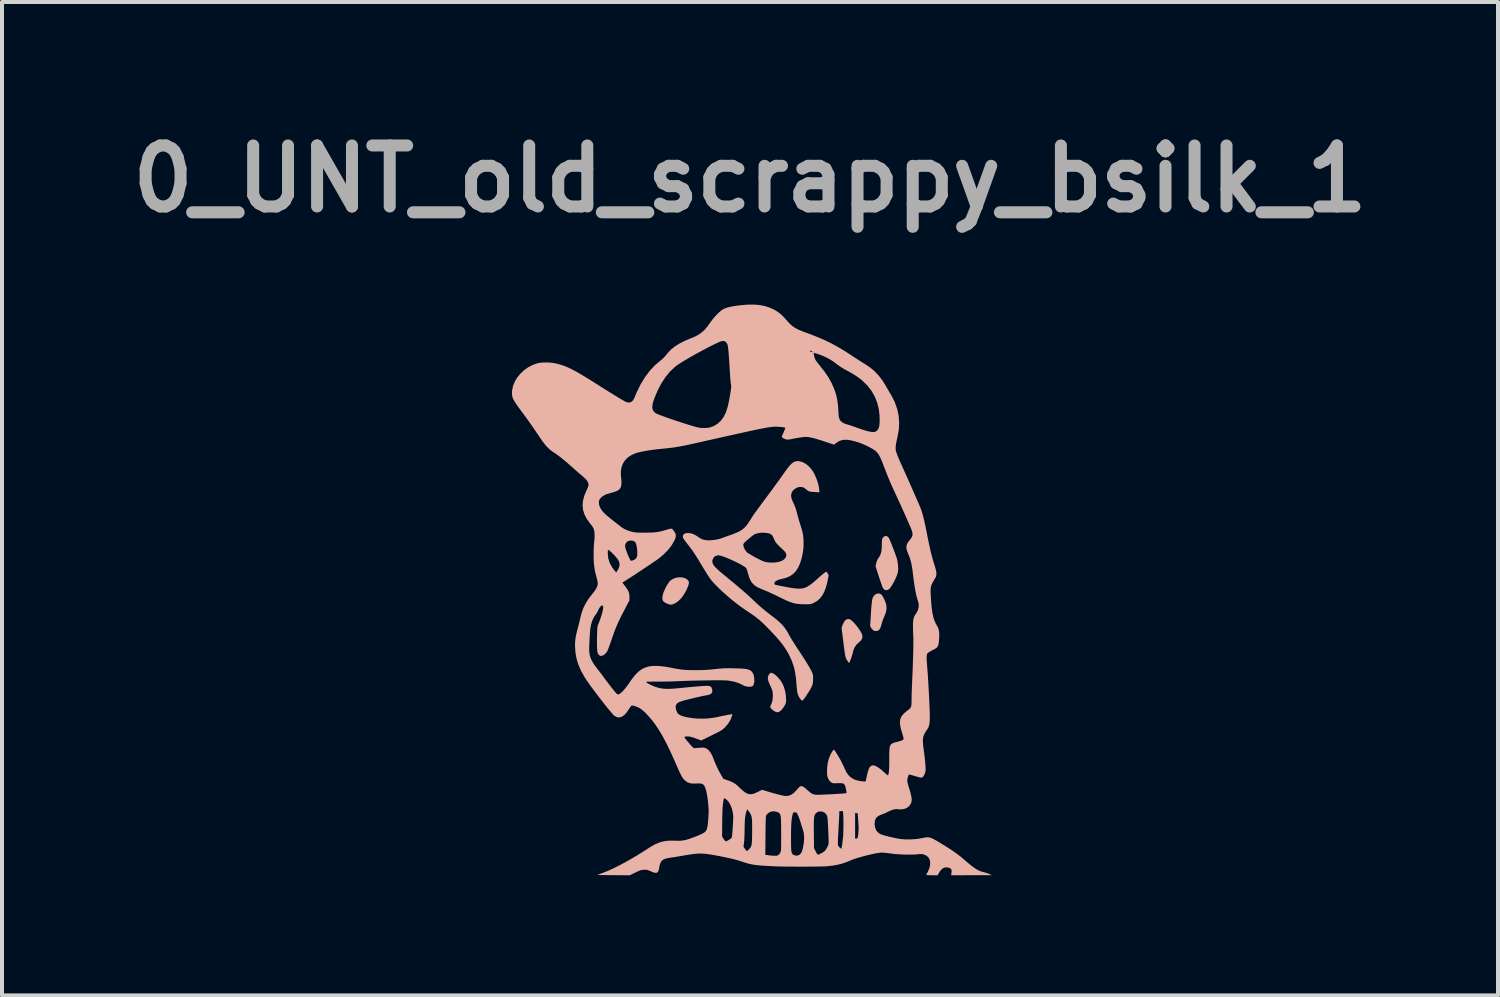
<source format=kicad_pcb>
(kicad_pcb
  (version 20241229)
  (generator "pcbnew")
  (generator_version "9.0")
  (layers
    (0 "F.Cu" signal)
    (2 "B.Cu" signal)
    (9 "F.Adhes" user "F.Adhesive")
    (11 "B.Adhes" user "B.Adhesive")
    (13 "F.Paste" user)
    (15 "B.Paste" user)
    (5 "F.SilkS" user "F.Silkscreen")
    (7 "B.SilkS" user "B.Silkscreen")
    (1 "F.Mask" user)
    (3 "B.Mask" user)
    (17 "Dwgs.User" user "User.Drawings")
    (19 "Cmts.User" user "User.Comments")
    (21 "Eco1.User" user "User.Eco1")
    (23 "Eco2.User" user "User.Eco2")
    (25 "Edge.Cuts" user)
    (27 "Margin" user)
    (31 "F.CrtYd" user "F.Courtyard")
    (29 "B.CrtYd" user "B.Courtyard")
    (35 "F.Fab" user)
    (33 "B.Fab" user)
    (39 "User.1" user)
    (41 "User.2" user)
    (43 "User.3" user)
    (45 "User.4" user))
  (footprint "0_UNT_old_scrappy_bsilk_1"
    (layer "F.Cu")
    (at 15.733 11.678)
    (property "Reference" "0_UNT_old_scrappy_bsilk_1" (at -0.05 -10.26 0) (layer "F.Fab") (effects (font (size 1.524 1.524) (thickness 0.3))))
    (attr board_only exclude_from_pos_files exclude_from_bom)
    (fp_poly (pts (xy -1.886 -0.301) (xy -1.958 -0.277) (xy -2.023 -0.24) (xy -2.056 -0.211) (xy -2.078 -0.183) (xy -2.105 -0.141) (xy -2.136 -0.09) (xy -2.163 -0.039) (xy -2.206 0.055) (xy -2.231 0.135) (xy -2.24 0.204) (xy -2.234 0.259) (xy -2.217 0.288) (xy -2.182 0.317) (xy -2.137 0.343) (xy -2.087 0.362) (xy -2.038 0.373) (xy -1.997 0.372) (xy -1.995 0.371) (xy -1.917 0.339) (xy -1.842 0.286) (xy -1.769 0.214) (xy -1.703 0.126) (xy -1.645 0.023) (xy -1.623 -0.024) (xy -1.596 -0.09) (xy -1.58 -0.141) (xy -1.576 -0.179) (xy -1.583 -0.209) (xy -1.601 -0.236) (xy -1.615 -0.25) (xy -1.669 -0.285) (xy -1.736 -0.305) (xy -1.81 -0.31)) (stroke (width 0) (type solid)) (fill yes) (layer "B.SilkS"))
    (fp_poly (pts (xy 3.127 0.098) (xy 3.081 0.119) (xy 3.041 0.156) (xy 3.012 0.209) (xy 3.011 0.212) (xy 3.003 0.242) (xy 2.996 0.291) (xy 2.988 0.358) (xy 2.98 0.445) (xy 2.972 0.553) (xy 2.964 0.684) (xy 2.963 0.707) (xy 2.96 0.762) (xy 2.956 0.812) (xy 2.952 0.851) (xy 2.951 0.862) (xy 2.951 0.902) (xy 2.963 0.938) (xy 2.991 0.977) (xy 3.008 0.995) (xy 3.036 1.02) (xy 3.065 1.03) (xy 3.094 1.032) (xy 3.134 1.028) (xy 3.163 1.013) (xy 3.177 1) (xy 3.196 0.974) (xy 3.213 0.936) (xy 3.23 0.88) (xy 3.234 0.865) (xy 3.251 0.805) (xy 3.273 0.741) (xy 3.297 0.685) (xy 3.3 0.678) (xy 3.341 0.577) (xy 3.359 0.482) (xy 3.355 0.393) (xy 3.353 0.381) (xy 3.339 0.331) (xy 3.318 0.276) (xy 3.293 0.22) (xy 3.266 0.171) (xy 3.24 0.133) (xy 3.22 0.113) (xy 3.175 0.095)) (stroke (width 0) (type solid)) (fill yes) (layer "B.SilkS"))
    (fp_poly (pts (xy 0.455 2.085) (xy 0.428 2.113) (xy 0.422 2.123) (xy 0.403 2.155) (xy 0.396 2.183) (xy 0.396 2.22) (xy 0.398 2.231) (xy 0.408 2.281) (xy 0.429 2.339) (xy 0.444 2.373) (xy 0.479 2.446) (xy 0.502 2.507) (xy 0.515 2.563) (xy 0.52 2.619) (xy 0.519 2.678) (xy 0.512 2.752) (xy 0.497 2.816) (xy 0.482 2.856) (xy 0.451 2.934) (xy 0.476 2.966) (xy 0.513 3.004) (xy 0.558 3.036) (xy 0.603 3.056) (xy 0.634 3.062) (xy 0.665 3.057) (xy 0.696 3.038) (xy 0.724 3.016) (xy 0.756 2.98) (xy 0.79 2.934) (xy 0.813 2.897) (xy 0.831 2.861) (xy 0.843 2.833) (xy 0.849 2.804) (xy 0.851 2.767) (xy 0.85 2.714) (xy 0.85 2.714) (xy 0.842 2.616) (xy 0.822 2.516) (xy 0.793 2.42) (xy 0.757 2.34) (xy 0.719 2.279) (xy 0.674 2.221) (xy 0.625 2.168) (xy 0.576 2.124) (xy 0.53 2.093) (xy 0.491 2.077) (xy 0.48 2.076)) (stroke (width 0) (type solid)) (fill yes) (layer "B.SilkS"))
    (fp_poly (pts (xy 2.342 0.754) (xy 2.304 0.795) (xy 2.272 0.858) (xy 2.261 0.888) (xy 2.237 0.954) (xy 2.267 1.199) (xy 2.282 1.318) (xy 2.294 1.417) (xy 2.305 1.497) (xy 2.314 1.562) (xy 2.322 1.613) (xy 2.329 1.652) (xy 2.337 1.683) (xy 2.344 1.707) (xy 2.353 1.726) (xy 2.362 1.744) (xy 2.374 1.763) (xy 2.376 1.766) (xy 2.398 1.799) (xy 2.415 1.823) (xy 2.424 1.832) (xy 2.425 1.832) (xy 2.431 1.822) (xy 2.443 1.795) (xy 2.459 1.756) (xy 2.468 1.731) (xy 2.485 1.682) (xy 2.5 1.637) (xy 2.51 1.604) (xy 2.512 1.595) (xy 2.534 1.507) (xy 2.564 1.437) (xy 2.604 1.379) (xy 2.659 1.326) (xy 2.672 1.315) (xy 2.723 1.267) (xy 2.751 1.219) (xy 2.758 1.168) (xy 2.751 1.126) (xy 2.732 1.082) (xy 2.702 1.029) (xy 2.663 0.971) (xy 2.619 0.912) (xy 2.572 0.856) (xy 2.526 0.806) (xy 2.483 0.767) (xy 2.448 0.742) (xy 2.433 0.736) (xy 2.385 0.734)) (stroke (width 0) (type solid)) (fill yes) (layer "B.SilkS"))
    (fp_poly (pts (xy 3.306 -1.333) (xy 3.271 -1.303) (xy 3.264 -1.293) (xy 3.255 -1.275) (xy 3.249 -1.248) (xy 3.245 -1.21) (xy 3.243 -1.154) (xy 3.242 -1.116) (xy 3.238 -1.026) (xy 3.23 -0.954) (xy 3.215 -0.895) (xy 3.193 -0.845) (xy 3.162 -0.797) (xy 3.159 -0.793) (xy 3.126 -0.737) (xy 3.104 -0.668) (xy 3.103 -0.662) (xy 3.086 -0.582) (xy 3.161 -0.349) (xy 3.185 -0.276) (xy 3.208 -0.207) (xy 3.229 -0.147) (xy 3.246 -0.099) (xy 3.257 -0.068) (xy 3.259 -0.065) (xy 3.287 -0.017) (xy 3.323 0.009) (xy 3.366 0.012) (xy 3.387 0.007) (xy 3.419 -0.01) (xy 3.451 -0.043) (xy 3.47 -0.07) (xy 3.508 -0.13) (xy 3.546 -0.198) (xy 3.581 -0.269) (xy 3.611 -0.337) (xy 3.633 -0.395) (xy 3.643 -0.435) (xy 3.651 -0.511) (xy 3.648 -0.599) (xy 3.637 -0.69) (xy 3.619 -0.772) (xy 3.606 -0.812) (xy 3.587 -0.866) (xy 3.564 -0.93) (xy 3.539 -0.998) (xy 3.511 -1.069) (xy 3.485 -1.136) (xy 3.46 -1.197) (xy 3.439 -1.246) (xy 3.423 -1.281) (xy 3.416 -1.294) (xy 3.383 -1.329) (xy 3.345 -1.342)) (stroke (width 0) (type solid)) (fill yes) (layer "B.SilkS"))
    (fp_poly (pts (xy 1.078 -3.202) (xy 1.035 -3.183) (xy 0.991 -3.15) (xy 0.944 -3.103) (xy 0.892 -3.039) (xy 0.832 -2.958) (xy 0.8 -2.913) (xy 0.77 -2.869) (xy 0.727 -2.809) (xy 0.676 -2.737) (xy 0.616 -2.656) (xy 0.552 -2.567) (xy 0.485 -2.476) (xy 0.416 -2.383) (xy 0.396 -2.356) (xy 0.316 -2.248) (xy 0.248 -2.157) (xy 0.192 -2.081) (xy 0.145 -2.017) (xy 0.107 -1.964) (xy 0.075 -1.921) (xy 0.049 -1.884) (xy 0.027 -1.852) (xy 0.008 -1.824) (xy -0.009 -1.796) (xy -0.027 -1.768) (xy -0.046 -1.737) (xy -0.056 -1.721) (xy -0.104 -1.647) (xy -0.151 -1.586) (xy -0.2 -1.536) (xy -0.256 -1.492) (xy -0.322 -1.453) (xy -0.403 -1.417) (xy -0.5 -1.379) (xy -0.539 -1.365) (xy -0.601 -1.343) (xy -0.661 -1.322) (xy -0.712 -1.303) (xy -0.748 -1.289) (xy -0.751 -1.288) (xy -0.815 -1.268) (xy -0.893 -1.251) (xy -0.976 -1.239) (xy -1.055 -1.233) (xy -1.119 -1.233) (xy -1.188 -1.242) (xy -1.247 -1.26) (xy -1.306 -1.291) (xy -1.361 -1.329) (xy -1.422 -1.367) (xy -1.485 -1.395) (xy -1.547 -1.411) (xy -1.605 -1.416) (xy -1.655 -1.41) (xy -1.694 -1.393) (xy -1.72 -1.365) (xy -1.728 -1.33) (xy -1.727 -1.314) (xy -1.724 -1.298) (xy -1.715 -1.28) (xy -1.7 -1.255) (xy -1.676 -1.222) (xy -1.641 -1.177) (xy -1.595 -1.117) (xy -1.59 -1.112) (xy -1.549 -1.058) (xy -1.511 -1.008) (xy -1.475 -0.957) (xy -1.438 -0.902) (xy -1.398 -0.84) (xy -1.353 -0.768) (xy -1.3 -0.681) (xy -1.249 -0.596) (xy -1.205 -0.523) (xy -1.161 -0.453) (xy -1.121 -0.388) (xy -1.086 -0.334) (xy -1.059 -0.293) (xy -1.049 -0.278) (xy -0.99 -0.205) (xy -0.914 -0.123) (xy -0.825 -0.033) (xy -0.725 0.061) (xy -0.618 0.156) (xy -0.506 0.251) (xy -0.392 0.342) (xy -0.279 0.426) (xy -0.171 0.502) (xy -0.162 0.508) (xy -0.067 0.572) (xy 0.013 0.626) (xy 0.08 0.675) (xy 0.14 0.721) (xy 0.195 0.766) (xy 0.25 0.816) (xy 0.308 0.871) (xy 0.373 0.936) (xy 0.412 0.976) (xy 0.524 1.092) (xy 0.62 1.198) (xy 0.702 1.294) (xy 0.773 1.384) (xy 0.833 1.471) (xy 0.886 1.558) (xy 0.933 1.645) (xy 0.995 1.781) (xy 1.041 1.915) (xy 1.075 2.054) (xy 1.096 2.204) (xy 1.102 2.262) (xy 1.109 2.35) (xy 1.115 2.419) (xy 1.12 2.473) (xy 1.125 2.513) (xy 1.129 2.545) (xy 1.134 2.571) (xy 1.14 2.595) (xy 1.145 2.612) (xy 1.16 2.654) (xy 1.183 2.696) (xy 1.209 2.734) (xy 1.235 2.761) (xy 1.257 2.772) (xy 1.258 2.772) (xy 1.269 2.763) (xy 1.291 2.737) (xy 1.319 2.699) (xy 1.352 2.652) (xy 1.367 2.628) (xy 1.418 2.551) (xy 1.456 2.488) (xy 1.484 2.436) (xy 1.503 2.392) (xy 1.516 2.351) (xy 1.522 2.309) (xy 1.525 2.263) (xy 1.525 2.232) (xy 1.525 2.179) (xy 1.523 2.14) (xy 1.516 2.109) (xy 1.505 2.076) (xy 1.486 2.035) (xy 1.471 2.004) (xy 1.451 1.968) (xy 1.42 1.915) (xy 1.38 1.85) (xy 1.334 1.775) (xy 1.282 1.694) (xy 1.228 1.61) (xy 1.194 1.559) (xy 1.139 1.476) (xy 1.086 1.394) (xy 1.038 1.318) (xy 0.995 1.25) (xy 0.96 1.193) (xy 0.935 1.15) (xy 0.925 1.131) (xy 0.884 1.055) (xy 0.841 0.986) (xy 0.791 0.921) (xy 0.734 0.857) (xy 0.665 0.792) (xy 0.583 0.723) (xy 0.484 0.646) (xy 0.434 0.608) (xy 0.345 0.539) (xy 0.247 0.458) (xy 0.15 0.372) (xy 0.073 0.301) (xy 0.008 0.238) (xy -0.056 0.179) (xy -0.121 0.12) (xy -0.19 0.059) (xy -0.264 -0.005) (xy -0.346 -0.075) (xy -0.439 -0.153) (xy -0.546 -0.241) (xy -0.655 -0.331) (xy -0.741 -0.402) (xy -0.81 -0.46) (xy -0.864 -0.509) (xy -0.906 -0.549) (xy -0.937 -0.583) (xy -0.959 -0.613) (xy -0.975 -0.641) (xy -0.985 -0.669) (xy -0.987 -0.676) (xy -0.993 -0.707) (xy -0.99 -0.734) (xy -0.976 -0.767) (xy -0.972 -0.775) (xy -0.951 -0.811) (xy -0.927 -0.833) (xy -0.896 -0.846) (xy -0.865 -0.855) (xy -0.839 -0.857) (xy -0.807 -0.853) (xy -0.774 -0.845) (xy -0.72 -0.828) (xy -0.654 -0.804) (xy -0.582 -0.774) (xy -0.505 -0.74) (xy -0.427 -0.704) (xy -0.353 -0.667) (xy -0.284 -0.631) (xy -0.226 -0.598) (xy -0.181 -0.569) (xy -0.152 -0.546) (xy -0.145 -0.538) (xy -0.135 -0.516) (xy -0.121 -0.477) (xy -0.107 -0.429) (xy -0.099 -0.401) (xy -0.076 -0.321) (xy -0.052 -0.259) (xy -0.025 -0.208) (xy 0.009 -0.162) (xy 0.024 -0.146) (xy 0.056 -0.115) (xy 0.093 -0.087) (xy 0.14 -0.06) (xy 0.201 -0.031) (xy 0.279 0.001) (xy 0.303 0.011) (xy 0.349 0.03) (xy 0.411 0.057) (xy 0.485 0.091) (xy 0.564 0.128) (xy 0.645 0.167) (xy 0.685 0.187) (xy 0.788 0.237) (xy 0.875 0.277) (xy 0.95 0.308) (xy 1.017 0.33) (xy 1.08 0.346) (xy 1.144 0.356) (xy 1.212 0.362) (xy 1.289 0.364) (xy 1.316 0.365) (xy 1.379 0.365) (xy 1.424 0.363) (xy 1.457 0.36) (xy 1.485 0.354) (xy 1.512 0.344) (xy 1.545 0.328) (xy 1.625 0.282) (xy 1.694 0.222) (xy 1.753 0.148) (xy 1.802 0.058) (xy 1.844 -0.051) (xy 1.878 -0.18) (xy 1.891 -0.241) (xy 1.914 -0.362) (xy 1.889 -0.404) (xy 1.872 -0.431) (xy 1.861 -0.449) (xy 1.86 -0.451) (xy 1.849 -0.447) (xy 1.824 -0.431) (xy 1.788 -0.404) (xy 1.745 -0.368) (xy 1.697 -0.328) (xy 1.647 -0.284) (xy 1.625 -0.264) (xy 1.536 -0.185) (xy 1.457 -0.124) (xy 1.388 -0.079) (xy 1.325 -0.049) (xy 1.315 -0.045) (xy 1.266 -0.033) (xy 1.209 -0.026) (xy 1.141 -0.027) (xy 1.059 -0.034) (xy 0.96 -0.048) (xy 0.843 -0.069) (xy 0.812 -0.075) (xy 0.729 -0.091) (xy 0.666 -0.104) (xy 0.62 -0.113) (xy 0.589 -0.121) (xy 0.57 -0.128) (xy 0.561 -0.136) (xy 0.557 -0.144) (xy 0.558 -0.154) (xy 0.559 -0.165) (xy 0.574 -0.197) (xy 0.611 -0.225) (xy 0.67 -0.25) (xy 0.751 -0.27) (xy 0.76 -0.272) (xy 0.864 -0.3) (xy 0.955 -0.342) (xy 0.956 -0.342) (xy 0.081 -0.342) (xy 0.075 -0.336) (xy 0.07 -0.342) (xy 0.075 -0.348) (xy 0.081 -0.342) (xy 0.956 -0.342) (xy 1.034 -0.398) (xy 1.101 -0.471) (xy 1.158 -0.562) (xy 1.205 -0.671) (xy 1.243 -0.799) (xy 1.256 -0.86) (xy 0.858 -0.86) (xy 0.847 -0.817) (xy 0.84 -0.803) (xy 0.802 -0.756) (xy 0.744 -0.719) (xy 0.668 -0.694) (xy 0.576 -0.679) (xy 0.476 -0.677) (xy 0.412 -0.68) (xy 0.364 -0.686) (xy 0.322 -0.695) (xy 0.28 -0.711) (xy 0.277 -0.712) (xy 0.23 -0.732) (xy 0.173 -0.76) (xy 0.11 -0.792) (xy 0.047 -0.827) (xy -0.014 -0.861) (xy -0.067 -0.893) (xy -0.108 -0.919) (xy -0.132 -0.937) (xy -0.175 -0.993) (xy -0.206 -1.06) (xy -0.215 -1.094) (xy -0.218 -1.126) (xy -0.21 -1.149) (xy -0.19 -1.173) (xy -0.159 -1.204) (xy -0.118 -1.241) (xy -0.071 -1.28) (xy -0.025 -1.318) (xy 0.017 -1.351) (xy 0.05 -1.375) (xy 0.064 -1.383) (xy 0.127 -1.406) (xy 0.205 -1.42) (xy 0.288 -1.423) (xy 0.324 -1.421) (xy 0.393 -1.412) (xy 0.444 -1.399) (xy 0.481 -1.378) (xy 0.511 -1.345) (xy 0.536 -1.297) (xy 0.551 -1.261) (xy 0.567 -1.225) (xy 0.586 -1.192) (xy 0.611 -1.158) (xy 0.645 -1.121) (xy 0.689 -1.076) (xy 0.748 -1.02) (xy 0.774 -0.997) (xy 0.822 -0.947) (xy 0.85 -0.903) (xy 0.858 -0.86) (xy 1.256 -0.86) (xy 1.271 -0.933) (xy 1.282 -1.023) (xy 1.288 -1.122) (xy 1.287 -1.224) (xy 1.281 -1.319) (xy 1.27 -1.398) (xy 1.257 -1.451) (xy 1.24 -1.516) (xy 1.22 -1.581) (xy 1.212 -1.606) (xy 1.193 -1.664) (xy 1.172 -1.736) (xy 1.15 -1.811) (xy 1.132 -1.879) (xy 1.112 -1.956) (xy 1.094 -2.017) (xy 1.075 -2.07) (xy 1.054 -2.123) (xy 1.026 -2.184) (xy 1.009 -2.22) (xy 0.981 -2.296) (xy 0.975 -2.365) (xy 0.991 -2.427) (xy 1.014 -2.465) (xy 1.063 -2.514) (xy 1.12 -2.547) (xy 1.18 -2.565) (xy 1.24 -2.565) (xy 1.295 -2.547) (xy 1.317 -2.533) (xy 1.361 -2.497) (xy 1.393 -2.473) (xy 1.419 -2.458) (xy 1.445 -2.449) (xy 1.479 -2.445) (xy 1.526 -2.442) (xy 1.553 -2.44) (xy 1.684 -2.432) (xy 1.676 -2.524) (xy 1.664 -2.596) (xy 1.641 -2.681) (xy 1.61 -2.771) (xy 1.572 -2.86) (xy 1.536 -2.931) (xy 1.481 -3.012) (xy 1.416 -3.083) (xy 1.343 -3.142) (xy 1.267 -3.184) (xy 1.191 -3.207) (xy 1.17 -3.21) (xy 1.123 -3.211)) (stroke (width 0) (type solid)) (fill yes) (layer "B.SilkS"))
    (fp_poly (pts (xy -0.112 -7.119) (xy -0.278 -7.105) (xy -0.337 -7.098) (xy -0.438 -7.084) (xy -0.52 -7.07) (xy -0.587 -7.055) (xy -0.643 -7.038) (xy -0.693 -7.018) (xy -0.713 -7.009) (xy -0.763 -6.977) (xy -0.821 -6.929) (xy -0.882 -6.869) (xy -0.944 -6.802) (xy -1.001 -6.731) (xy -1.04 -6.676) (xy -1.114 -6.572) (xy -1.187 -6.488) (xy -1.264 -6.419) (xy -1.349 -6.361) (xy -1.447 -6.311) (xy -1.52 -6.282) (xy -1.673 -6.218) (xy -1.806 -6.151) (xy -1.921 -6.079) (xy -2.02 -6) (xy -2.105 -5.913) (xy -2.154 -5.851) (xy -2.19 -5.81) (xy -2.235 -5.765) (xy -2.282 -5.725) (xy -2.289 -5.72) (xy -2.427 -5.603) (xy -2.555 -5.466) (xy -2.673 -5.308) (xy -2.78 -5.133) (xy -2.876 -4.939) (xy -2.922 -4.829) (xy -2.95 -4.766) (xy -2.976 -4.723) (xy -3.005 -4.696) (xy -3.039 -4.681) (xy -3.06 -4.678) (xy -3.073 -4.676) (xy -3.086 -4.675) (xy -3.099 -4.676) (xy -3.115 -4.679) (xy -3.134 -4.685) (xy -3.157 -4.695) (xy -3.187 -4.71) (xy -3.223 -4.73) (xy -3.269 -4.756) (xy -3.324 -4.789) (xy -3.39 -4.829) (xy -3.469 -4.878) (xy -3.562 -4.935) (xy -3.669 -5.003) (xy -3.793 -5.08) (xy -3.935 -5.17) (xy -4.013 -5.219) (xy -4.149 -5.303) (xy -4.269 -5.376) (xy -4.374 -5.437) (xy -4.469 -5.488) (xy -4.555 -5.531) (xy -4.635 -5.567) (xy -4.711 -5.596) (xy -4.786 -5.62) (xy -4.863 -5.641) (xy -4.929 -5.656) (xy -5.013 -5.669) (xy -5.105 -5.675) (xy -5.197 -5.675) (xy -5.283 -5.669) (xy -5.355 -5.656) (xy -5.358 -5.655) (xy -5.479 -5.613) (xy -5.592 -5.554) (xy -5.695 -5.48) (xy -5.786 -5.394) (xy -5.864 -5.299) (xy -5.925 -5.197) (xy -5.969 -5.089) (xy -5.992 -4.979) (xy -5.996 -4.914) (xy -5.995 -4.876) (xy -5.99 -4.841) (xy -5.982 -4.805) (xy -5.967 -4.768) (xy -5.946 -4.726) (xy -5.916 -4.676) (xy -5.876 -4.617) (xy -5.826 -4.546) (xy -5.763 -4.46) (xy -5.727 -4.412) (xy -5.663 -4.325) (xy -5.594 -4.229) (xy -5.524 -4.131) (xy -5.457 -4.035) (xy -5.397 -3.947) (xy -5.353 -3.881) (xy -5.285 -3.78) (xy -5.225 -3.696) (xy -5.171 -3.626) (xy -5.121 -3.568) (xy -5.07 -3.518) (xy -5.018 -3.474) (xy -4.961 -3.433) (xy -4.939 -3.419) (xy -4.87 -3.372) (xy -4.798 -3.319) (xy -4.721 -3.257) (xy -4.634 -3.185) (xy -4.536 -3.099) (xy -4.488 -3.057) (xy -4.429 -3.004) (xy -4.366 -2.948) (xy -4.306 -2.896) (xy -4.253 -2.851) (xy -4.229 -2.831) (xy -4.166 -2.775) (xy -4.123 -2.725) (xy -4.096 -2.679) (xy -4.084 -2.634) (xy -4.083 -2.616) (xy -4.088 -2.591) (xy -4.101 -2.552) (xy -4.121 -2.505) (xy -4.135 -2.476) (xy -4.189 -2.347) (xy -4.221 -2.225) (xy -4.232 -2.107) (xy -4.22 -1.993) (xy -4.186 -1.881) (xy -4.129 -1.77) (xy -4.049 -1.657) (xy -4.016 -1.618) (xy -3.982 -1.571) (xy -3.956 -1.522) (xy -3.949 -1.503) (xy -3.938 -1.449) (xy -3.933 -1.378) (xy -3.933 -1.299) (xy -3.939 -1.217) (xy -3.944 -1.177) (xy -3.948 -1.138) (xy -3.952 -1.081) (xy -3.954 -1.013) (xy -3.956 -0.94) (xy -3.956 -0.893) (xy -3.955 -0.758) (xy -3.948 -0.64) (xy -3.935 -0.532) (xy -3.915 -0.427) (xy -3.887 -0.32) (xy -3.873 -0.271) (xy -3.857 -0.205) (xy -3.853 -0.145) (xy -3.864 -0.088) (xy -3.89 -0.03) (xy -3.933 0.035) (xy -3.979 0.094) (xy -4.075 0.217) (xy -4.151 0.336) (xy -4.212 0.457) (xy -4.258 0.583) (xy -4.292 0.719) (xy -4.305 0.776) (xy -4.322 0.846) (xy -4.34 0.919) (xy -4.355 0.974) (xy -4.381 1.075) (xy -4.4 1.161) (xy -4.412 1.239) (xy -4.419 1.316) (xy -4.421 1.398) (xy -4.421 1.399) (xy -4.412 1.559) (xy -4.385 1.716) (xy -4.338 1.871) (xy -4.271 2.026) (xy -4.182 2.184) (xy -4.144 2.244) (xy -4.104 2.302) (xy -4.056 2.371) (xy -4 2.448) (xy -3.939 2.53) (xy -3.874 2.616) (xy -3.808 2.702) (xy -3.742 2.788) (xy -3.678 2.869) (xy -3.617 2.945) (xy -3.562 3.012) (xy -3.514 3.069) (xy -3.476 3.113) (xy -3.449 3.141) (xy -3.44 3.149) (xy -3.381 3.182) (xy -3.322 3.192) (xy -3.263 3.179) (xy -3.204 3.143) (xy -3.146 3.084) (xy -3.098 3.019) (xy -3.064 2.966) (xy -3.039 2.93) (xy -3.022 2.907) (xy -3.007 2.896) (xy -2.992 2.893) (xy -2.973 2.896) (xy -2.947 2.903) (xy -2.946 2.903) (xy -2.872 2.927) (xy -2.805 2.96) (xy -2.738 3.007) (xy -2.668 3.071) (xy -2.656 3.084) (xy -2.571 3.174) (xy -2.489 3.271) (xy -2.411 3.377) (xy -2.333 3.492) (xy -2.256 3.62) (xy -2.178 3.762) (xy -2.098 3.92) (xy -2.015 4.096) (xy -1.927 4.291) (xy -1.894 4.367) (xy -1.851 4.465) (xy -1.815 4.545) (xy -1.785 4.608) (xy -1.758 4.658) (xy -1.734 4.698) (xy -1.71 4.729) (xy -1.686 4.755) (xy -1.666 4.773) (xy -1.616 4.809) (xy -1.56 4.831) (xy -1.493 4.842) (xy -1.412 4.843) (xy -1.391 4.841) (xy -1.318 4.839) (xy -1.264 4.846) (xy -1.223 4.863) (xy -1.194 4.894) (xy -1.17 4.942) (xy -1.155 4.987) (xy -1.139 5.052) (xy -1.123 5.131) (xy -1.109 5.217) (xy -1.099 5.3) (xy -1.096 5.335) (xy -1.092 5.387) (xy -1.088 5.438) (xy -1.084 5.476) (xy -1.083 5.512) (xy -1.084 5.565) (xy -1.087 5.63) (xy -1.091 5.702) (xy -1.097 5.775) (xy -1.104 5.843) (xy -1.111 5.901) (xy -1.115 5.925) (xy -1.125 5.97) (xy -1.139 6.006) (xy -1.16 6.037) (xy -1.192 6.065) (xy -1.237 6.092) (xy -1.297 6.12) (xy -1.377 6.154) (xy -1.385 6.157) (xy -1.487 6.196) (xy -1.572 6.226) (xy -1.646 6.248) (xy -1.712 6.262) (xy -1.776 6.27) (xy -1.842 6.272) (xy -1.91 6.27) (xy -2.029 6.268) (xy -2.133 6.274) (xy -2.229 6.29) (xy -2.32 6.317) (xy -2.413 6.357) (xy -2.513 6.411) (xy -2.609 6.472) (xy -2.757 6.567) (xy -2.909 6.66) (xy -3.06 6.748) (xy -3.209 6.831) (xy -3.352 6.906) (xy -3.485 6.971) (xy -3.605 7.026) (xy -3.688 7.059) (xy -3.868 7.127) (xy -3.056 7.134) (xy -2.918 7.067) (xy -2.857 7.038) (xy -2.81 7.018) (xy -2.773 7.006) (xy -2.738 6.999) (xy -2.702 6.996) (xy -2.702 6.996) (xy -2.66 6.994) (xy -2.627 6.998) (xy -2.593 7.007) (xy -2.55 7.025) (xy -2.531 7.033) (xy -2.465 7.06) (xy -2.414 7.073) (xy -2.378 7.07) (xy -2.351 7.05) (xy -2.333 7.012) (xy -2.32 6.954) (xy -2.318 6.941) (xy -2.303 6.868) (xy -2.282 6.812) (xy -2.252 6.769) (xy -2.21 6.738) (xy -2.153 6.716) (xy -2.078 6.7) (xy -2.028 6.693) (xy -1.99 6.687) (xy -1.934 6.679) (xy -1.865 6.667) (xy -1.79 6.655) (xy -1.712 6.642) (xy -1.705 6.64) (xy -1.596 6.622) (xy -1.502 6.608) (xy -1.419 6.598) (xy -1.343 6.592) (xy -1.27 6.591) (xy -1.196 6.594) (xy -1.116 6.603) (xy -1.028 6.616) (xy -0.925 6.634) (xy -0.806 6.656) (xy -0.766 6.664) (xy -0.632 6.692) (xy -0.518 6.717) (xy -0.417 6.742) (xy -0.327 6.768) (xy -0.243 6.795) (xy -0.238 6.797) (xy -0.174 6.818) (xy -0.116 6.835) (xy -0.059 6.85) (xy -0.002 6.862) (xy 0.06 6.873) (xy 0.129 6.881) (xy 0.209 6.889) (xy 0.301 6.895) (xy 0.411 6.902) (xy 0.54 6.908) (xy 0.565 6.91) (xy 0.626 6.912) (xy 0.705 6.914) (xy 0.799 6.915) (xy 0.903 6.917) (xy 1.016 6.917) (xy 1.133 6.918) (xy 1.252 6.918) (xy 1.37 6.918) (xy 1.482 6.917) (xy 1.587 6.916) (xy 1.68 6.915) (xy 1.758 6.913) (xy 1.819 6.911) (xy 1.847 6.91) (xy 2.001 6.894) (xy 2.147 6.868) (xy 2.281 6.833) (xy 2.399 6.79) (xy 2.444 6.769) (xy 2.493 6.748) (xy 2.559 6.724) (xy 2.64 6.699) (xy 2.73 6.673) (xy 2.826 6.647) (xy 2.922 6.623) (xy 3.014 6.602) (xy 3.098 6.585) (xy 3.169 6.573) (xy 3.218 6.567) (xy 3.256 6.568) (xy 3.31 6.571) (xy 3.374 6.578) (xy 3.44 6.586) (xy 3.45 6.588) (xy 3.536 6.599) (xy 3.634 6.607) (xy 3.739 6.614) (xy 3.845 6.617) (xy 3.947 6.618) (xy 4.038 6.616) (xy 4.115 6.611) (xy 4.136 6.609) (xy 4.189 6.603) (xy 4.23 6.603) (xy 4.266 6.608) (xy 4.294 6.615) (xy 4.358 6.644) (xy 4.406 6.688) (xy 4.437 6.745) (xy 4.451 6.813) (xy 4.446 6.89) (xy 4.423 6.973) (xy 4.399 7.028) (xy 4.378 7.069) (xy 4.362 7.102) (xy 4.352 7.122) (xy 4.351 7.124) (xy 4.361 7.127) (xy 4.389 7.13) (xy 4.432 7.132) (xy 4.485 7.133) (xy 4.492 7.133) (xy 4.637 7.133) (xy 4.662 7.084) (xy 4.702 7.022) (xy 4.748 6.974) (xy 4.781 6.952) (xy 4.824 6.938) (xy 4.872 6.937) (xy 4.918 6.945) (xy 4.956 6.963) (xy 4.979 6.988) (xy 4.982 6.994) (xy 4.985 7.02) (xy 4.983 7.057) (xy 4.981 7.076) (xy 4.973 7.133) (xy 5.482 7.132) (xy 5.99 7.131) (xy 5.932 7.104) (xy 5.889 7.086) (xy 5.835 7.069) (xy 5.798 7.059) (xy 5.745 7.045) (xy 5.694 7.028) (xy 5.645 7.005) (xy 5.592 6.975) (xy 5.535 6.936) (xy 5.47 6.887) (xy 5.394 6.825) (xy 5.306 6.749) (xy 5.275 6.723) (xy 5.201 6.661) (xy 5.119 6.598) (xy 5.026 6.532) (xy 4.921 6.462) (xy 4.799 6.386) (xy 4.665 6.304) (xy 4.588 6.259) (xy 4.527 6.226) (xy 4.476 6.203) (xy 4.432 6.189) (xy 4.391 6.184) (xy 4.347 6.186) (xy 4.296 6.194) (xy 4.245 6.205) (xy 4.152 6.222) (xy 4.045 6.233) (xy 3.932 6.238) (xy 3.82 6.237) (xy 3.719 6.229) (xy 3.715 6.229) (xy 3.662 6.22) (xy 3.595 6.208) (xy 3.521 6.192) (xy 3.443 6.174) (xy 3.368 6.155) (xy 3.3 6.137) (xy 3.246 6.12) (xy 3.211 6.108) (xy 3.151 6.07) (xy 3.105 6.015) (xy 3.081 5.959) (xy 2.662 5.959) (xy 2.66 6.029) (xy 2.656 6.074) (xy 2.649 6.133) (xy 2.643 6.174) (xy 2.635 6.199) (xy 2.626 6.211) (xy 2.612 6.216) (xy 2.603 6.217) (xy 2.575 6.217) (xy 2.575 5.884) (xy 2.283 5.884) (xy 2.282 5.971) (xy 2.28 6.052) (xy 2.278 6.122) (xy 2.274 6.174) (xy 2.274 6.176) (xy 2.264 6.264) (xy 2.255 6.339) (xy 2.246 6.4) (xy 2.238 6.443) (xy 2.231 6.468) (xy 2.228 6.472) (xy 2.216 6.464) (xy 2.194 6.445) (xy 2.181 6.432) (xy 2.163 6.413) (xy 2.152 6.396) (xy 2.146 6.376) (xy 2.144 6.346) (xy 2.145 6.301) (xy 2.145 6.284) (xy 2.145 6.28) (xy 1.914 6.28) (xy 1.913 6.319) (xy 1.911 6.347) (xy 1.906 6.37) (xy 1.899 6.391) (xy 1.888 6.414) (xy 1.888 6.415) (xy 1.866 6.458) (xy 1.84 6.499) (xy 1.826 6.517) (xy 1.802 6.539) (xy 1.767 6.563) (xy 1.727 6.586) (xy 1.688 6.606) (xy 1.657 6.617) (xy 1.642 6.618) (xy 1.632 6.607) (xy 1.614 6.581) (xy 1.594 6.544) (xy 1.59 6.536) (xy 1.548 6.457) (xy 1.545 6.186) (xy 1.302 6.186) (xy 1.295 6.315) (xy 1.271 6.452) (xy 1.253 6.519) (xy 1.233 6.566) (xy 1.209 6.6) (xy 1.18 6.623) (xy 1.137 6.642) (xy 1.095 6.643) (xy 1.049 6.629) (xy 1.029 6.619) (xy 1.013 6.608) (xy 1 6.592) (xy 0.991 6.568) (xy 0.984 6.536) (xy 0.979 6.491) (xy 0.976 6.432) (xy 0.975 6.356) (xy 0.974 6.26) (xy 0.974 6.253) (xy 0.728 6.253) (xy 0.728 6.337) (xy 0.727 6.409) (xy 0.726 6.466) (xy 0.724 6.505) (xy 0.723 6.522) (xy 0.703 6.577) (xy 0.678 6.608) (xy 0.655 6.629) (xy 0.635 6.64) (xy 0.608 6.645) (xy 0.566 6.646) (xy 0.563 6.646) (xy 0.507 6.644) (xy 0.445 6.638) (xy 0.408 6.633) (xy 0.331 6.62) (xy 0.334 6.398) (xy 0.335 6.314) (xy 0.336 6.216) (xy 0.337 6.11) (xy 0.338 6.006) (xy 0.339 5.913) (xy 0.34 5.898) (xy 0.003 5.898) (xy 0.003 5.996) (xy 0.003 6.033) (xy 0.002 6.136) (xy 0.001 6.219) (xy -0.002 6.285) (xy -0.006 6.336) (xy -0.012 6.375) (xy -0.021 6.406) (xy -0.033 6.432) (xy -0.049 6.454) (xy -0.069 6.477) (xy -0.078 6.486) (xy -0.104 6.511) (xy -0.123 6.527) (xy -0.129 6.53) (xy -0.14 6.521) (xy -0.159 6.498) (xy -0.175 6.475) (xy -0.213 6.421) (xy -0.199 6.31) (xy -0.195 6.262) (xy -0.191 6.197) (xy -0.188 6.121) (xy -0.186 6.04) (xy -0.185 5.967) (xy -0.183 5.854) (xy -0.179 5.761) (xy -0.172 5.683) (xy -0.17 5.672) (xy -0.469 5.672) (xy -0.47 5.719) (xy -0.473 5.781) (xy -0.476 5.851) (xy -0.481 5.925) (xy -0.486 5.999) (xy -0.492 6.068) (xy -0.497 6.127) (xy -0.502 6.172) (xy -0.505 6.189) (xy -0.517 6.205) (xy -0.543 6.227) (xy -0.578 6.25) (xy -0.613 6.27) (xy -0.644 6.283) (xy -0.657 6.286) (xy -0.67 6.277) (xy -0.69 6.254) (xy -0.709 6.226) (xy -0.748 6.165) (xy -0.745 5.875) (xy -0.744 5.788) (xy -0.743 5.701) (xy -0.741 5.621) (xy -0.739 5.551) (xy -0.737 5.496) (xy -0.736 5.474) (xy -0.732 5.415) (xy -0.726 5.356) (xy -0.719 5.301) (xy -0.712 5.256) (xy -0.704 5.223) (xy -0.698 5.208) (xy -0.697 5.208) (xy -0.674 5.216) (xy -0.643 5.238) (xy -0.611 5.269) (xy -0.582 5.303) (xy -0.579 5.307) (xy -0.533 5.389) (xy -0.499 5.483) (xy -0.476 5.592) (xy -0.47 5.643) (xy -0.469 5.672) (xy -0.17 5.672) (xy -0.161 5.617) (xy -0.146 5.558) (xy -0.136 5.528) (xy -0.12 5.483) (xy -0.076 5.543) (xy -0.054 5.574) (xy -0.036 5.603) (xy -0.023 5.633) (xy -0.012 5.666) (xy -0.005 5.706) (xy -0.001 5.756) (xy 0.002 5.819) (xy 0.003 5.898) (xy 0.34 5.898) (xy 0.34 5.828) (xy 0.342 5.763) (xy 0.343 5.714) (xy 0.346 5.679) (xy 0.349 5.655) (xy 0.354 5.638) (xy 0.361 5.625) (xy 0.367 5.617) (xy 0.413 5.573) (xy 0.472 5.545) (xy 0.537 5.535) (xy 0.603 5.544) (xy 0.629 5.553) (xy 0.653 5.564) (xy 0.672 5.575) (xy 0.688 5.588) (xy 0.7 5.606) (xy 0.709 5.631) (xy 0.716 5.666) (xy 0.721 5.711) (xy 0.724 5.771) (xy 0.726 5.847) (xy 0.727 5.942) (xy 0.728 6.057) (xy 0.728 6.064) (xy 0.728 6.162) (xy 0.728 6.253) (xy 0.974 6.253) (xy 0.974 6.196) (xy 0.975 6.069) (xy 0.977 5.962) (xy 0.98 5.872) (xy 0.985 5.796) (xy 0.991 5.731) (xy 1 5.675) (xy 1.011 5.623) (xy 1.012 5.619) (xy 1.021 5.585) (xy 1.031 5.568) (xy 1.047 5.562) (xy 1.07 5.561) (xy 1.092 5.562) (xy 1.108 5.567) (xy 1.121 5.581) (xy 1.135 5.608) (xy 1.155 5.65) (xy 1.178 5.706) (xy 1.2 5.768) (xy 1.216 5.823) (xy 1.216 5.824) (xy 1.231 5.876) (xy 1.248 5.929) (xy 1.262 5.968) (xy 1.291 6.071) (xy 1.302 6.186) (xy 1.545 6.186) (xy 1.545 6.108) (xy 1.543 5.992) (xy 1.543 5.897) (xy 1.544 5.82) (xy 1.546 5.758) (xy 1.549 5.711) (xy 1.554 5.674) (xy 1.56 5.645) (xy 1.568 5.623) (xy 1.579 5.604) (xy 1.581 5.6) (xy 1.619 5.563) (xy 1.666 5.542) (xy 1.718 5.538) (xy 1.771 5.549) (xy 1.818 5.573) (xy 1.855 5.61) (xy 1.878 5.659) (xy 1.882 5.68) (xy 1.886 5.712) (xy 1.89 5.755) (xy 1.894 5.812) (xy 1.898 5.886) (xy 1.902 5.977) (xy 1.907 6.088) (xy 1.909 6.154) (xy 1.912 6.226) (xy 1.914 6.28) (xy 2.145 6.28) (xy 2.146 6.231) (xy 2.148 6.183) (xy 2.15 6.146) (xy 2.151 6.137) (xy 2.153 6.112) (xy 2.155 6.068) (xy 2.158 6.012) (xy 2.161 5.948) (xy 2.163 5.916) (xy 2.166 5.852) (xy 2.169 5.793) (xy 2.172 5.746) (xy 2.174 5.715) (xy 2.174 5.706) (xy 2.176 5.679) (xy 2.178 5.639) (xy 2.179 5.605) (xy 2.18 5.532) (xy 2.271 5.532) (xy 2.276 5.587) (xy 2.279 5.642) (xy 2.282 5.714) (xy 2.283 5.796) (xy 2.283 5.884) (xy 2.575 5.884) (xy 2.575 5.577) (xy 2.639 5.585) (xy 2.653 5.776) (xy 2.659 5.876) (xy 2.662 5.959) (xy 3.081 5.959) (xy 3.075 5.946) (xy 3.062 5.863) (xy 3.062 5.843) (xy 3.069 5.772) (xy 3.09 5.715) (xy 3.129 5.671) (xy 3.186 5.636) (xy 3.241 5.615) (xy 3.293 5.595) (xy 3.351 5.57) (xy 3.389 5.55) (xy 3.449 5.522) (xy 3.51 5.499) (xy 3.566 5.485) (xy 3.61 5.481) (xy 3.619 5.481) (xy 3.716 5.488) (xy 3.8 5.477) (xy 3.869 5.45) (xy 3.923 5.407) (xy 3.925 5.404) (xy 3.956 5.362) (xy 3.977 5.32) (xy 3.987 5.275) (xy 3.988 5.222) (xy 3.978 5.157) (xy 3.959 5.079) (xy 3.938 5.005) (xy 3.919 4.943) (xy 3.902 4.885) (xy 3.889 4.836) (xy 3.88 4.803) (xy 3.879 4.794) (xy 3.878 4.765) (xy 3.882 4.726) (xy 3.891 4.686) (xy 3.902 4.65) (xy 3.914 4.624) (xy 3.924 4.616) (xy 3.939 4.619) (xy 3.971 4.628) (xy 4.016 4.64) (xy 4.058 4.652) (xy 4.125 4.672) (xy 4.174 4.685) (xy 4.208 4.693) (xy 4.232 4.694) (xy 4.248 4.69) (xy 4.261 4.68) (xy 4.273 4.668) (xy 4.294 4.638) (xy 4.314 4.597) (xy 4.322 4.574) (xy 4.33 4.547) (xy 4.334 4.521) (xy 4.336 4.491) (xy 4.335 4.451) (xy 4.332 4.397) (xy 4.328 4.341) (xy 4.321 4.264) (xy 4.311 4.174) (xy 4.3 4.082) (xy 4.288 3.997) (xy 4.286 3.981) (xy 4.273 3.881) (xy 4.267 3.799) (xy 4.269 3.73) (xy 4.279 3.67) (xy 4.3 3.615) (xy 4.33 3.559) (xy 4.365 3.507) (xy 4.39 3.468) (xy 4.409 3.43) (xy 4.424 3.387) (xy 4.433 3.337) (xy 4.438 3.276) (xy 4.44 3.201) (xy 4.439 3.108) (xy 4.438 3.056) (xy 4.433 2.931) (xy 4.427 2.795) (xy 4.421 2.653) (xy 4.413 2.508) (xy 4.405 2.366) (xy 4.397 2.232) (xy 4.389 2.109) (xy 4.381 2.003) (xy 4.378 1.962) (xy 4.37 1.861) (xy 4.364 1.78) (xy 4.362 1.717) (xy 4.362 1.67) (xy 4.365 1.635) (xy 4.371 1.61) (xy 4.379 1.592) (xy 4.382 1.589) (xy 4.401 1.573) (xy 4.435 1.551) (xy 4.48 1.526) (xy 4.512 1.509) (xy 4.566 1.481) (xy 4.606 1.455) (xy 4.633 1.426) (xy 4.65 1.391) (xy 4.661 1.343) (xy 4.668 1.278) (xy 4.67 1.253) (xy 4.676 1.161) (xy 4.676 1.087) (xy 4.669 1.027) (xy 4.656 0.976) (xy 4.636 0.929) (xy 4.624 0.908) (xy 4.586 0.839) (xy 4.555 0.767) (xy 4.529 0.688) (xy 4.509 0.599) (xy 4.493 0.497) (xy 4.486 0.43) (xy 4.163 0.43) (xy 4.143 0.514) (xy 4.099 0.595) (xy 4.088 0.611) (xy 4.06 0.652) (xy 4.041 0.696) (xy 4.029 0.748) (xy 4.022 0.812) (xy 4.02 0.887) (xy 4.02 0.96) (xy 4.022 1.042) (xy 4.025 1.121) (xy 4.028 1.16) (xy 4.029 1.208) (xy 4.03 1.277) (xy 4.029 1.364) (xy 4.028 1.468) (xy 4.025 1.585) (xy 4.022 1.714) (xy 4.017 1.853) (xy 4.012 1.998) (xy 4.006 2.149) (xy 3.999 2.301) (xy 3.994 2.424) (xy 3.991 2.493) (xy 3.988 2.575) (xy 3.986 2.66) (xy 3.985 2.739) (xy 3.985 2.743) (xy 3.984 2.815) (xy 3.982 2.869) (xy 3.976 2.909) (xy 3.965 2.94) (xy 3.947 2.965) (xy 3.919 2.991) (xy 3.88 3.021) (xy 3.866 3.032) (xy 3.801 3.085) (xy 3.753 3.138) (xy 3.719 3.192) (xy 3.7 3.252) (xy 3.694 3.32) (xy 3.702 3.4) (xy 3.723 3.494) (xy 3.753 3.595) (xy 3.77 3.65) (xy 3.781 3.689) (xy 3.786 3.713) (xy 3.786 3.729) (xy 3.781 3.74) (xy 3.772 3.748) (xy 3.751 3.761) (xy 3.712 3.776) (xy 3.662 3.792) (xy 3.635 3.799) (xy 3.579 3.813) (xy 3.533 3.827) (xy 3.498 3.843) (xy 3.472 3.863) (xy 3.453 3.891) (xy 3.44 3.929) (xy 3.433 3.98) (xy 3.429 4.046) (xy 3.427 4.13) (xy 3.427 4.233) (xy 3.427 4.331) (xy 3.426 4.409) (xy 3.424 4.471) (xy 3.421 4.519) (xy 3.417 4.558) (xy 3.412 4.591) (xy 3.405 4.622) (xy 3.402 4.631) (xy 3.397 4.637) (xy 3.384 4.632) (xy 3.362 4.616) (xy 3.328 4.586) (xy 3.291 4.553) (xy 3.22 4.49) (xy 3.154 4.442) (xy 3.095 4.408) (xy 3.045 4.39) (xy 3.007 4.389) (xy 2.978 4.4) (xy 2.953 4.417) (xy 2.933 4.443) (xy 2.914 4.482) (xy 2.896 4.536) (xy 2.878 4.608) (xy 2.864 4.671) (xy 2.838 4.79) (xy 2.79 4.79) (xy 2.731 4.785) (xy 2.662 4.772) (xy 2.593 4.754) (xy 2.536 4.732) (xy 2.531 4.73) (xy 2.466 4.688) (xy 2.406 4.629) (xy 2.358 4.561) (xy 2.341 4.528) (xy 2.303 4.444) (xy 2.271 4.376) (xy 2.244 4.321) (xy 2.22 4.272) (xy 2.195 4.227) (xy 2.167 4.18) (xy 2.145 4.143) (xy 2.114 4.092) (xy 2.087 4.049) (xy 2.066 4.017) (xy 2.054 3.999) (xy 2.053 3.997) (xy 2.041 3.999) (xy 2.022 4.018) (xy 1.998 4.052) (xy 1.973 4.095) (xy 1.95 4.141) (xy 1.91 4.247) (xy 1.886 4.354) (xy 1.875 4.471) (xy 1.874 4.523) (xy 1.874 4.584) (xy 1.876 4.627) (xy 1.881 4.66) (xy 1.89 4.689) (xy 1.903 4.719) (xy 1.904 4.721) (xy 1.936 4.776) (xy 1.975 4.811) (xy 1.976 4.813) (xy 1.998 4.825) (xy 2.021 4.832) (xy 2.049 4.835) (xy 2.09 4.835) (xy 2.131 4.834) (xy 2.196 4.832) (xy 2.242 4.834) (xy 2.274 4.841) (xy 2.296 4.854) (xy 2.313 4.874) (xy 2.313 4.875) (xy 2.324 4.898) (xy 2.335 4.935) (xy 2.345 4.977) (xy 2.354 5.019) (xy 2.358 5.055) (xy 2.358 5.078) (xy 2.357 5.082) (xy 2.343 5.085) (xy 2.309 5.088) (xy 2.257 5.093) (xy 2.192 5.097) (xy 2.115 5.102) (xy 2.03 5.107) (xy 1.939 5.112) (xy 1.846 5.116) (xy 1.753 5.12) (xy 1.73 5.121) (xy 1.653 5.123) (xy 1.595 5.122) (xy 1.548 5.115) (xy 1.507 5.1) (xy 1.467 5.075) (xy 1.422 5.04) (xy 1.369 4.993) (xy 1.316 4.947) (xy 1.273 4.918) (xy 1.238 4.906) (xy 1.206 4.912) (xy 1.173 4.937) (xy 1.134 4.979) (xy 1.113 5.005) (xy 1.046 5.076) (xy 0.977 5.124) (xy 0.903 5.149) (xy 0.826 5.153) (xy 0.823 5.152) (xy 0.794 5.147) (xy 0.75 5.138) (xy 0.698 5.126) (xy 0.673 5.12) (xy 0.618 5.106) (xy 0.549 5.087) (xy 0.476 5.066) (xy 0.407 5.046) (xy 0.406 5.045) (xy 0.25 4.999) (xy 0.145 5.051) (xy 0.072 5.085) (xy 0.009 5.105) (xy -0.047 5.11) (xy -0.101 5.101) (xy -0.155 5.075) (xy -0.215 5.032) (xy -0.283 4.972) (xy -0.305 4.951) (xy -0.36 4.898) (xy -0.407 4.859) (xy -0.451 4.829) (xy -0.499 4.804) (xy -0.556 4.78) (xy -0.609 4.761) (xy -0.713 4.725) (xy -0.763 4.644) (xy -0.825 4.534) (xy -0.886 4.409) (xy -0.94 4.281) (xy -0.957 4.237) (xy -0.997 4.138) (xy -1.04 4.062) (xy -1.087 4.006) (xy -1.137 3.969) (xy -1.163 3.956) (xy -1.188 3.948) (xy -1.216 3.945) (xy -1.256 3.945) (xy -1.299 3.948) (xy -1.35 3.951) (xy -1.394 3.955) (xy -1.425 3.959) (xy -1.433 3.961) (xy -1.445 3.961) (xy -1.46 3.953) (xy -1.481 3.935) (xy -1.511 3.904) (xy -1.551 3.859) (xy -1.58 3.825) (xy -1.628 3.769) (xy -1.662 3.728) (xy -1.681 3.7) (xy -1.685 3.682) (xy -1.676 3.672) (xy -1.653 3.667) (xy -1.618 3.666) (xy -1.603 3.666) (xy -1.565 3.668) (xy -1.52 3.678) (xy -1.463 3.695) (xy -1.405 3.716) (xy -1.269 3.767) (xy -1.008 3.639) (xy -0.927 3.599) (xy -0.863 3.567) (xy -0.813 3.54) (xy -0.775 3.518) (xy -0.744 3.498) (xy -0.718 3.478) (xy -0.694 3.456) (xy -0.667 3.43) (xy -0.666 3.429) (xy -0.587 3.335) (xy -0.53 3.234) (xy -0.501 3.152) (xy -0.489 3.108) (xy -0.537 3.116) (xy -0.581 3.123) (xy -0.643 3.135) (xy -0.721 3.15) (xy -0.811 3.169) (xy -0.905 3.189) (xy -1.004 3.206) (xy -1.116 3.217) (xy -1.234 3.222) (xy -1.349 3.22) (xy -1.438 3.214) (xy -1.557 3.198) (xy -1.654 3.181) (xy -1.731 3.161) (xy -1.79 3.137) (xy -1.833 3.111) (xy -1.856 3.088) (xy -1.877 3.051) (xy -1.895 3.004) (xy -1.906 2.956) (xy -1.907 2.917) (xy -1.907 2.914) (xy -1.897 2.879) (xy -1.879 2.85) (xy -1.85 2.825) (xy -1.808 2.803) (xy -1.75 2.782) (xy -1.673 2.76) (xy -1.635 2.751) (xy -1.513 2.721) (xy -1.411 2.696) (xy -1.327 2.677) (xy -1.26 2.662) (xy -1.207 2.651) (xy -1.166 2.643) (xy -1.135 2.638) (xy -1.068 2.624) (xy -1.023 2.6) (xy -0.997 2.566) (xy -0.991 2.52) (xy -0.998 2.482) (xy -1.009 2.449) (xy -1.025 2.426) (xy -1.05 2.411) (xy -1.088 2.404) (xy -1.141 2.402) (xy -1.204 2.404) (xy -1.251 2.407) (xy -1.316 2.412) (xy -1.396 2.419) (xy -1.486 2.427) (xy -1.582 2.436) (xy -1.679 2.446) (xy -1.699 2.448) (xy -1.823 2.46) (xy -1.927 2.469) (xy -2.014 2.475) (xy -2.087 2.477) (xy -2.15 2.477) (xy -2.205 2.474) (xy -2.256 2.467) (xy -2.306 2.458) (xy -2.346 2.448) (xy -2.408 2.429) (xy -2.476 2.403) (xy -2.541 2.373) (xy -2.598 2.343) (xy -2.633 2.319) (xy -2.641 2.313) (xy -2.645 2.307) (xy -2.641 2.303) (xy -2.628 2.3) (xy -2.603 2.299) (xy -2.564 2.297) (xy -2.508 2.297) (xy -2.433 2.296) (xy -2.366 2.296) (xy -2.278 2.296) (xy -2.191 2.295) (xy -2.11 2.294) (xy -2.039 2.293) (xy -1.984 2.291) (xy -1.96 2.29) (xy -1.86 2.286) (xy -1.771 2.282) (xy -1.69 2.279) (xy -1.613 2.276) (xy -1.534 2.274) (xy -1.45 2.272) (xy -1.356 2.27) (xy -1.248 2.268) (xy -1.12 2.266) (xy -1.119 2.266) (xy -0.998 2.264) (xy -0.897 2.263) (xy -0.814 2.263) (xy -0.746 2.264) (xy -0.69 2.265) (xy -0.644 2.267) (xy -0.605 2.27) (xy -0.569 2.274) (xy -0.55 2.277) (xy -0.447 2.298) (xy -0.352 2.327) (xy -0.27 2.361) (xy -0.226 2.386) (xy -0.18 2.407) (xy -0.122 2.421) (xy -0.061 2.425) (xy -0.007 2.42) (xy -0.005 2.419) (xy 0.024 2.4) (xy 0.045 2.361) (xy 0.056 2.305) (xy 0.058 2.261) (xy 0.052 2.177) (xy 0.034 2.11) (xy 0.003 2.058) (xy -0.007 2.046) (xy -0.032 2.025) (xy -0.059 2.008) (xy -0.092 1.995) (xy -0.134 1.985) (xy -0.187 1.977) (xy -0.256 1.971) (xy -0.342 1.967) (xy -0.428 1.965) (xy -0.522 1.962) (xy -0.6 1.962) (xy -0.667 1.963) (xy -0.73 1.966) (xy -0.796 1.971) (xy -0.871 1.978) (xy -0.916 1.983) (xy -1.044 1.996) (xy -1.167 2.005) (xy -1.296 2.009) (xy -1.398 2.01) (xy -1.51 2.01) (xy -1.606 2.007) (xy -1.693 2.002) (xy -1.776 1.993) (xy -1.862 1.98) (xy -1.959 1.963) (xy -2.041 1.946) (xy -2.165 1.924) (xy -2.284 1.91) (xy -2.394 1.904) (xy -2.49 1.906) (xy -2.57 1.916) (xy -2.578 1.918) (xy -2.662 1.943) (xy -2.738 1.978) (xy -2.81 2.026) (xy -2.879 2.088) (xy -2.949 2.166) (xy -3.021 2.263) (xy -3.056 2.314) (xy -3.113 2.396) (xy -3.169 2.468) (xy -3.222 2.529) (xy -3.27 2.576) (xy -3.31 2.606) (xy -3.329 2.616) (xy -3.356 2.615) (xy -3.383 2.596) (xy -3.402 2.576) (xy -3.432 2.541) (xy -3.47 2.494) (xy -3.513 2.439) (xy -3.559 2.38) (xy -3.605 2.32) (xy -3.649 2.263) (xy -3.686 2.212) (xy -3.698 2.196) (xy -3.729 2.153) (xy -3.769 2.099) (xy -3.813 2.042) (xy -3.855 1.988) (xy -3.925 1.896) (xy -3.979 1.814) (xy -4.019 1.739) (xy -4.046 1.665) (xy -4.061 1.589) (xy -4.068 1.505) (xy -4.066 1.41) (xy -4.062 1.336) (xy -4.059 1.254) (xy -4.055 1.176) (xy -4.052 1.125) (xy -4.04 0.984) (xy -4.018 0.863) (xy -3.985 0.759) (xy -3.94 0.671) (xy -3.903 0.62) (xy -3.876 0.582) (xy -3.854 0.542) (xy -3.847 0.525) (xy -3.831 0.489) (xy -3.81 0.453) (xy -3.786 0.421) (xy -3.765 0.4) (xy -3.754 0.395) (xy -3.733 0.4) (xy -3.724 0.405) (xy -3.717 0.422) (xy -3.718 0.458) (xy -3.726 0.508) (xy -3.74 0.569) (xy -3.759 0.639) (xy -3.783 0.713) (xy -3.81 0.788) (xy -3.834 0.847) (xy -3.845 0.873) (xy -3.853 0.898) (xy -3.859 0.924) (xy -3.863 0.956) (xy -3.866 0.997) (xy -3.869 1.052) (xy -3.871 1.125) (xy -3.871 1.156) (xy -3.873 1.235) (xy -3.873 1.314) (xy -3.872 1.388) (xy -3.871 1.449) (xy -3.868 1.491) (xy -3.863 1.542) (xy -3.857 1.576) (xy -3.849 1.599) (xy -3.835 1.618) (xy -3.826 1.627) (xy -3.799 1.649) (xy -3.776 1.656) (xy -3.755 1.654) (xy -3.704 1.633) (xy -3.657 1.594) (xy -3.618 1.541) (xy -3.614 1.533) (xy -3.603 1.507) (xy -3.585 1.463) (xy -3.563 1.404) (xy -3.538 1.334) (xy -3.511 1.258) (xy -3.491 1.2) (xy -3.459 1.106) (xy -3.428 1.022) (xy -3.397 0.944) (xy -3.365 0.867) (xy -3.329 0.789) (xy -3.288 0.704) (xy -3.24 0.608) (xy -3.183 0.498) (xy -3.161 0.456) (xy -3.062 0.268) (xy -3.062 0.215) (xy -3.584 0.215) (xy -3.59 0.22) (xy -3.595 0.215) (xy -3.59 0.209) (xy -3.584 0.215) (xy -3.062 0.215) (xy -3.062 0.179) (xy -3.064 0.126) (xy -3.073 0.079) (xy -3.09 0.034) (xy -3.119 -0.015) (xy -3.16 -0.074) (xy -3.177 -0.097) (xy -3.238 -0.178) (xy -3.16 -0.225) (xy -3.127 -0.246) (xy -3.079 -0.277) (xy -3.019 -0.316) (xy -2.949 -0.361) (xy -2.873 -0.412) (xy -2.792 -0.465) (xy -2.71 -0.52) (xy -2.629 -0.574) (xy -2.553 -0.625) (xy -2.517 -0.649) (xy -3.308 -0.649) (xy -3.31 -0.596) (xy -3.328 -0.539) (xy -3.361 -0.477) (xy -3.367 -0.468) (xy -3.392 -0.429) (xy -3.425 -0.467) (xy -3.449 -0.497) (xy -3.479 -0.538) (xy -3.5 -0.568) (xy -3.556 -0.671) (xy -3.59 -0.779) (xy -3.602 -0.881) (xy -3.603 -0.928) (xy -3.602 -0.967) (xy -3.599 -0.991) (xy -3.597 -0.994) (xy -3.586 -0.994) (xy -3.562 -0.977) (xy -3.524 -0.944) (xy -3.476 -0.898) (xy -3.406 -0.825) (xy -3.355 -0.761) (xy -3.323 -0.704) (xy -3.308 -0.649) (xy -2.517 -0.649) (xy -2.483 -0.672) (xy -2.422 -0.713) (xy -2.374 -0.746) (xy -2.34 -0.77) (xy -2.327 -0.779) (xy -2.2 -0.887) (xy -2.177 -0.911) (xy -2.865 -0.911) (xy -2.867 -0.859) (xy -2.869 -0.845) (xy -2.881 -0.809) (xy -2.897 -0.779) (xy -2.921 -0.759) (xy -2.957 -0.74) (xy -2.994 -0.726) (xy -3.024 -0.722) (xy -3.025 -0.722) (xy -3.036 -0.734) (xy -3.052 -0.762) (xy -3.072 -0.802) (xy -3.084 -0.83) (xy -3.119 -0.915) (xy -3.144 -0.981) (xy -3.161 -1.033) (xy -3.169 -1.073) (xy -3.171 -1.104) (xy -3.167 -1.129) (xy -3.166 -1.13) (xy -3.139 -1.18) (xy -3.098 -1.213) (xy -3.046 -1.227) (xy -2.984 -1.222) (xy -2.958 -1.214) (xy -2.931 -1.201) (xy -2.913 -1.181) (xy -2.896 -1.144) (xy -2.896 -1.142) (xy -2.884 -1.098) (xy -2.874 -1.038) (xy -2.867 -0.973) (xy -2.865 -0.911) (xy -2.177 -0.911) (xy -2.094 -0.996) (xy -2.007 -1.108) (xy -1.949 -1.207) (xy -1.918 -1.273) (xy -1.904 -1.327) (xy -1.904 -1.373) (xy -1.92 -1.417) (xy -1.936 -1.442) (xy -1.964 -1.483) (xy -1.987 -1.509) (xy -2.01 -1.521) (xy -2.038 -1.523) (xy -2.077 -1.514) (xy -2.13 -1.498) (xy -2.205 -1.476) (xy -2.271 -1.458) (xy -2.332 -1.445) (xy -2.394 -1.436) (xy -2.461 -1.429) (xy -2.538 -1.426) (xy -2.629 -1.424) (xy -2.72 -1.424) (xy -2.799 -1.425) (xy -2.861 -1.426) (xy -2.91 -1.43) (xy -2.952 -1.436) (xy -2.992 -1.444) (xy -3.009 -1.449) (xy -3.104 -1.478) (xy -3.184 -1.513) (xy -3.255 -1.557) (xy -3.284 -1.579) (xy -3.386 -1.659) (xy -3.472 -1.726) (xy -3.543 -1.783) (xy -3.601 -1.831) (xy -3.648 -1.871) (xy -3.685 -1.906) (xy -3.715 -1.936) (xy -3.738 -1.963) (xy -3.758 -1.989) (xy -3.776 -2.016) (xy -3.785 -2.032) (xy -3.811 -2.09) (xy -3.824 -2.15) (xy -3.824 -2.206) (xy -3.812 -2.247) (xy -3.775 -2.297) (xy -3.72 -2.341) (xy -3.655 -2.376) (xy -3.619 -2.389) (xy -3.566 -2.404) (xy -3.505 -2.422) (xy -3.461 -2.434) (xy -3.392 -2.458) (xy -3.339 -2.485) (xy -3.301 -2.519) (xy -3.276 -2.562) (xy -3.263 -2.618) (xy -3.26 -2.689) (xy -3.267 -2.778) (xy -3.272 -2.819) (xy -3.277 -2.939) (xy -3.262 -3.048) (xy -3.227 -3.146) (xy -3.172 -3.232) (xy -3.098 -3.306) (xy -3.006 -3.366) (xy -2.896 -3.411) (xy -2.865 -3.421) (xy -2.766 -3.445) (xy -2.648 -3.467) (xy -2.516 -3.488) (xy -2.373 -3.507) (xy -2.25 -3.519) (xy -2.168 -3.527) (xy -2.093 -3.535) (xy -2.023 -3.543) (xy -1.955 -3.552) (xy -1.886 -3.563) (xy -1.813 -3.575) (xy -1.734 -3.59) (xy -1.646 -3.608) (xy -1.545 -3.629) (xy -1.43 -3.655) (xy -1.298 -3.684) (xy -1.171 -3.713) (xy -0.947 -3.763) (xy -0.743 -3.809) (xy -0.56 -3.85) (xy -0.396 -3.887) (xy -0.249 -3.919) (xy -0.119 -3.948) (xy -0.004 -3.973) (xy 0.096 -3.994) (xy 0.185 -4.012) (xy 0.261 -4.027) (xy 0.327 -4.04) (xy 0.384 -4.05) (xy 0.434 -4.057) (xy 0.476 -4.063) (xy 0.513 -4.067) (xy 0.546 -4.069) (xy 0.576 -4.071) (xy 0.6 -4.071) (xy 0.651 -4.069) (xy 0.705 -4.065) (xy 0.756 -4.06) (xy 0.798 -4.053) (xy 0.826 -4.046) (xy 0.833 -4.042) (xy 0.83 -4.031) (xy 0.819 -4.003) (xy 0.803 -3.964) (xy 0.789 -3.931) (xy 0.769 -3.885) (xy 0.754 -3.847) (xy 0.744 -3.822) (xy 0.742 -3.814) (xy 0.751 -3.804) (xy 0.775 -3.787) (xy 0.793 -3.776) (xy 0.84 -3.755) (xy 0.889 -3.747) (xy 0.949 -3.754) (xy 0.974 -3.759) (xy 1.04 -3.773) (xy 1.113 -3.786) (xy 1.187 -3.798) (xy 1.256 -3.808) (xy 1.315 -3.814) (xy 1.351 -3.816) (xy 1.401 -3.812) (xy 1.462 -3.802) (xy 1.537 -3.785) (xy 1.628 -3.759) (xy 1.737 -3.726) (xy 1.844 -3.69) (xy 2.048 -3.622) (xy 2.104 -3.666) (xy 2.164 -3.704) (xy 2.227 -3.73) (xy 2.297 -3.743) (xy 2.375 -3.743) (xy 2.465 -3.731) (xy 2.57 -3.705) (xy 2.668 -3.675) (xy 2.741 -3.648) (xy 2.822 -3.613) (xy 2.903 -3.574) (xy 2.979 -3.534) (xy 3.044 -3.495) (xy 3.078 -3.471) (xy 3.114 -3.439) (xy 3.146 -3.4) (xy 3.178 -3.349) (xy 3.211 -3.284) (xy 3.246 -3.201) (xy 3.267 -3.149) (xy 3.313 -3.03) (xy 3.352 -2.929) (xy 3.387 -2.842) (xy 3.418 -2.766) (xy 3.447 -2.697) (xy 3.475 -2.632) (xy 3.504 -2.566) (xy 3.536 -2.497) (xy 3.571 -2.42) (xy 3.575 -2.412) (xy 3.619 -2.318) (xy 3.665 -2.216) (xy 3.713 -2.112) (xy 3.76 -2.007) (xy 3.807 -1.904) (xy 3.851 -1.805) (xy 3.891 -1.714) (xy 3.926 -1.632) (xy 3.956 -1.564) (xy 3.978 -1.511) (xy 3.992 -1.476) (xy 3.992 -1.473) (xy 4.009 -1.408) (xy 4.006 -1.351) (xy 3.983 -1.297) (xy 3.949 -1.252) (xy 3.897 -1.186) (xy 3.866 -1.125) (xy 3.855 -1.064) (xy 3.863 -0.998) (xy 3.889 -0.923) (xy 3.9 -0.898) (xy 3.939 -0.801) (xy 3.971 -0.693) (xy 3.996 -0.569) (xy 4.016 -0.426) (xy 4.018 -0.406) (xy 4.031 -0.295) (xy 4.046 -0.185) (xy 4.062 -0.078) (xy 4.079 0.02) (xy 4.096 0.107) (xy 4.113 0.18) (xy 4.128 0.234) (xy 4.135 0.253) (xy 4.161 0.343) (xy 4.163 0.43) (xy 4.486 0.43) (xy 4.48 0.376) (xy 4.475 0.304) (xy 4.468 0.199) (xy 4.463 0.115) (xy 4.461 0.048) (xy 4.461 -0.005) (xy 4.464 -0.048) (xy 4.47 -0.082) (xy 4.48 -0.112) (xy 4.491 -0.139) (xy 4.516 -0.186) (xy 4.545 -0.238) (xy 4.563 -0.267) (xy 4.587 -0.309) (xy 4.601 -0.35) (xy 4.606 -0.394) (xy 4.602 -0.445) (xy 4.589 -0.508) (xy 4.566 -0.588) (xy 4.559 -0.609) (xy 4.523 -0.726) (xy 4.49 -0.847) (xy 4.458 -0.975) (xy 4.426 -1.116) (xy 4.393 -1.274) (xy 4.378 -1.351) (xy 4.347 -1.509) (xy 4.319 -1.645) (xy 4.292 -1.762) (xy 4.267 -1.86) (xy 4.244 -1.941) (xy 4.222 -2.005) (xy 4.209 -2.037) (xy 4.188 -2.089) (xy 4.159 -2.158) (xy 4.122 -2.241) (xy 4.08 -2.338) (xy 4.033 -2.446) (xy 3.982 -2.562) (xy 3.927 -2.686) (xy 3.87 -2.814) (xy 3.811 -2.946) (xy 3.752 -3.078) (xy 3.719 -3.15) (xy 3.686 -3.224) (xy 3.656 -3.296) (xy 3.63 -3.361) (xy 3.61 -3.415) (xy 3.597 -3.453) (xy 3.594 -3.464) (xy 3.588 -3.505) (xy 3.587 -3.549) (xy 3.591 -3.6) (xy 3.6 -3.662) (xy 3.616 -3.739) (xy 3.635 -3.822) (xy 3.667 -4.001) (xy 3.676 -4.177) (xy 3.672 -4.218) (xy 3.188 -4.218) (xy 3.185 -4.154) (xy 3.181 -4.108) (xy 3.175 -4.073) (xy 3.166 -4.044) (xy 3.154 -4.018) (xy 3.129 -3.979) (xy 3.098 -3.953) (xy 3.058 -3.939) (xy 3.005 -3.937) (xy 2.938 -3.947) (xy 2.853 -3.968) (xy 2.836 -3.973) (xy 2.787 -3.988) (xy 2.725 -4.009) (xy 2.658 -4.032) (xy 2.602 -4.052) (xy 2.54 -4.074) (xy 2.479 -4.095) (xy 2.425 -4.113) (xy 2.387 -4.123) (xy 2.305 -4.151) (xy 2.243 -4.186) (xy 2.201 -4.23) (xy 2.19 -4.248) (xy 2.18 -4.271) (xy 2.172 -4.298) (xy 2.166 -4.333) (xy 2.162 -4.38) (xy 2.158 -4.444) (xy 2.156 -4.477) (xy 2.146 -4.615) (xy 2.13 -4.737) (xy 2.106 -4.849) (xy 2.073 -4.957) (xy 2.03 -5.068) (xy 2.02 -5.089) (xy -0.519 -5.089) (xy -0.521 -5.057) (xy -0.526 -5.009) (xy -0.535 -4.949) (xy -0.546 -4.881) (xy -0.558 -4.809) (xy -0.572 -4.735) (xy -0.586 -4.664) (xy -0.6 -4.6) (xy -0.61 -4.56) (xy -0.652 -4.429) (xy -0.708 -4.316) (xy -0.777 -4.221) (xy -0.859 -4.145) (xy -0.953 -4.088) (xy -1.045 -4.054) (xy -1.112 -4.042) (xy -1.191 -4.038) (xy -1.271 -4.04) (xy -1.336 -4.049) (xy -1.382 -4.06) (xy -1.445 -4.077) (xy -1.52 -4.099) (xy -1.606 -4.125) (xy -1.699 -4.155) (xy -1.797 -4.186) (xy -1.897 -4.219) (xy -1.996 -4.253) (xy -2.09 -4.285) (xy -2.178 -4.316) (xy -2.256 -4.345) (xy -2.321 -4.37) (xy -2.371 -4.39) (xy -2.402 -4.405) (xy -2.408 -4.408) (xy -2.451 -4.446) (xy -2.479 -4.492) (xy -2.491 -4.547) (xy -2.487 -4.613) (xy -2.469 -4.693) (xy -2.442 -4.773) (xy -2.358 -4.973) (xy -2.265 -5.152) (xy -2.162 -5.309) (xy -2.05 -5.446) (xy -1.928 -5.561) (xy -1.888 -5.594) (xy -1.841 -5.626) (xy -1.779 -5.666) (xy -1.705 -5.712) (xy -1.621 -5.762) (xy -1.529 -5.815) (xy -1.432 -5.87) (xy -1.332 -5.925) (xy -1.232 -5.979) (xy -1.135 -6.03) (xy -1.043 -6.078) (xy -0.958 -6.12) (xy -0.884 -6.156) (xy -0.822 -6.184) (xy -0.774 -6.203) (xy -0.746 -6.211) (xy -0.694 -6.209) (xy -0.652 -6.186) (xy -0.621 -6.143) (xy -0.611 -6.116) (xy -0.604 -6.085) (xy -0.597 -6.037) (xy -0.59 -5.976) (xy -0.584 -5.908) (xy -0.581 -5.863) (xy -0.576 -5.79) (xy -0.571 -5.719) (xy -0.567 -5.655) (xy -0.564 -5.605) (xy -0.562 -5.585) (xy -0.56 -5.545) (xy -0.556 -5.488) (xy -0.552 -5.42) (xy -0.547 -5.347) (xy -0.545 -5.306) (xy -0.54 -5.241) (xy -0.535 -5.184) (xy -0.529 -5.139) (xy -0.524 -5.111) (xy -0.521 -5.102) (xy -0.519 -5.089) (xy 2.02 -5.089) (xy 1.995 -5.145) (xy 1.915 -5.292) (xy 1.816 -5.44) (xy 1.701 -5.586) (xy 1.662 -5.634) (xy 1.626 -5.681) (xy 1.597 -5.721) (xy 1.579 -5.749) (xy 1.579 -5.75) (xy 1.567 -5.779) (xy 1.556 -5.816) (xy 1.548 -5.855) (xy 1.543 -5.888) (xy 1.543 -5.91) (xy 1.547 -5.915) (xy 1.56 -5.912) (xy 1.59 -5.903) (xy 1.631 -5.89) (xy 1.649 -5.885) (xy 1.772 -5.839) (xy 1.893 -5.782) (xy 2.003 -5.717) (xy 2.056 -5.679) (xy 2.124 -5.628) (xy 2.181 -5.587) (xy 2.233 -5.552) (xy 2.286 -5.52) (xy 2.348 -5.485) (xy 2.391 -5.462) (xy 2.491 -5.406) (xy 2.576 -5.354) (xy 2.651 -5.303) (xy 2.723 -5.248) (xy 2.764 -5.214) (xy 2.883 -5.097) (xy 2.983 -4.968) (xy 3.064 -4.826) (xy 3.125 -4.674) (xy 3.166 -4.513) (xy 3.186 -4.343) (xy 3.188 -4.218) (xy 3.672 -4.218) (xy 3.661 -4.35) (xy 3.624 -4.52) (xy 3.564 -4.688) (xy 3.481 -4.852) (xy 3.461 -4.884) (xy 3.426 -4.944) (xy 3.387 -5.01) (xy 3.351 -5.072) (xy 3.338 -5.095) (xy 3.256 -5.228) (xy 3.161 -5.35) (xy 3.057 -5.46) (xy 2.946 -5.552) (xy 2.864 -5.607) (xy 2.829 -5.629) (xy 2.778 -5.661) (xy 2.715 -5.701) (xy 2.643 -5.748) (xy 2.565 -5.798) (xy 2.486 -5.85) (xy 2.47 -5.861) (xy 2.363 -5.93) (xy 1.523 -5.93) (xy 1.487 -5.935) (xy 1.46 -5.944) (xy 1.45 -5.957) (xy 1.45 -5.957) (xy 1.456 -5.972) (xy 1.475 -5.967) (xy 1.497 -5.952) (xy 1.523 -5.93) (xy 2.363 -5.93) (xy 2.337 -5.947) (xy 2.211 -6.024) (xy 2.089 -6.094) (xy 1.967 -6.159) (xy 1.841 -6.22) (xy 1.707 -6.279) (xy 1.561 -6.339) (xy 1.4 -6.401) (xy 1.272 -6.448) (xy 1.164 -6.492) (xy 1.074 -6.539) (xy 0.997 -6.593) (xy 0.928 -6.657) (xy 0.884 -6.706) (xy 0.805 -6.796) (xy 0.732 -6.869) (xy 0.659 -6.928) (xy 0.584 -6.976) (xy 0.528 -7.006) (xy 0.416 -7.054) (xy 0.299 -7.089) (xy 0.173 -7.111) (xy 0.037 -7.121)) (stroke (width 0) (type solid)) (fill yes) (layer "B.SilkS")))
  (gr_rect
    (start -3 -3)
    (end 34.365 21.812)
    (stroke (width 0.1) (type default))
    (fill no)
    (layer "Edge.Cuts")))
</source>
